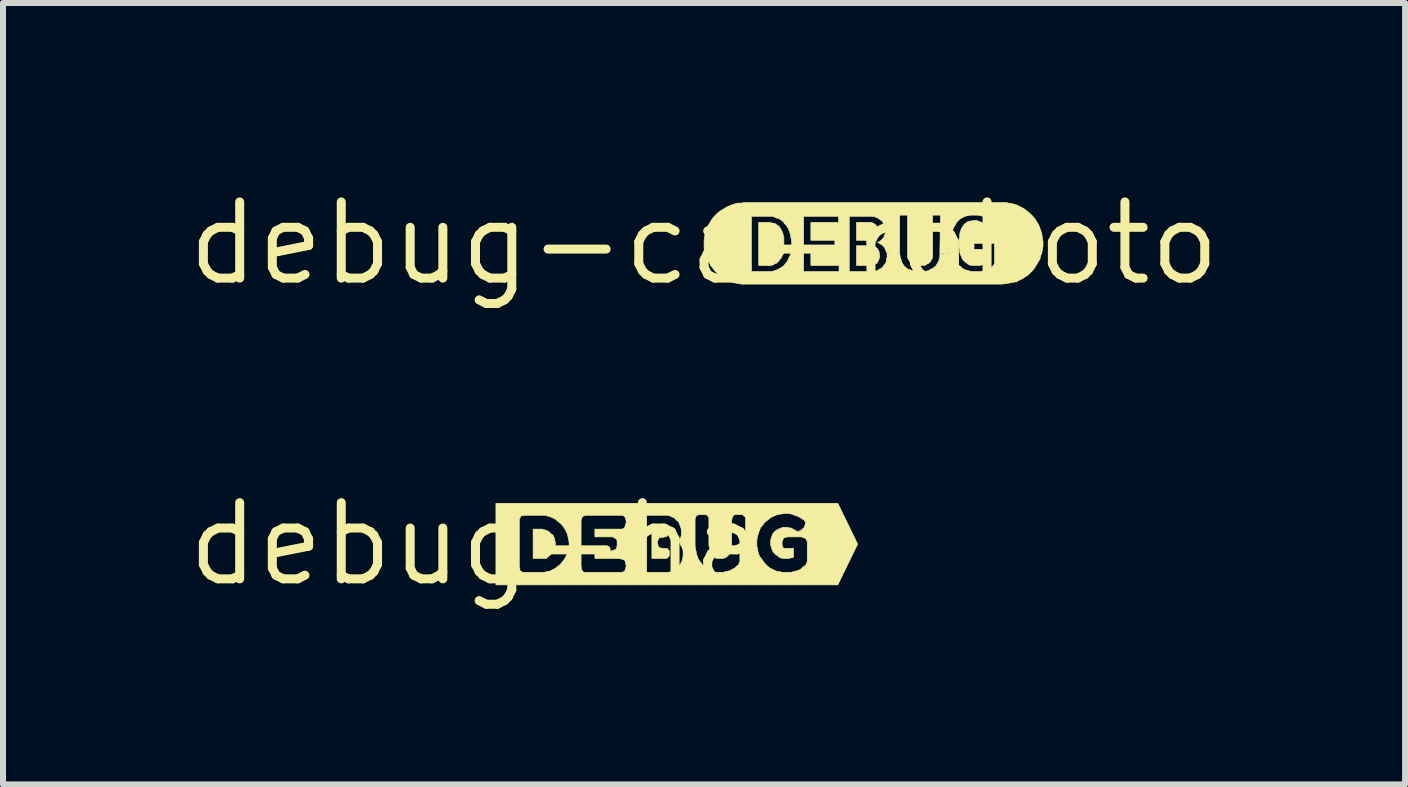
<source format=kicad_pcb>
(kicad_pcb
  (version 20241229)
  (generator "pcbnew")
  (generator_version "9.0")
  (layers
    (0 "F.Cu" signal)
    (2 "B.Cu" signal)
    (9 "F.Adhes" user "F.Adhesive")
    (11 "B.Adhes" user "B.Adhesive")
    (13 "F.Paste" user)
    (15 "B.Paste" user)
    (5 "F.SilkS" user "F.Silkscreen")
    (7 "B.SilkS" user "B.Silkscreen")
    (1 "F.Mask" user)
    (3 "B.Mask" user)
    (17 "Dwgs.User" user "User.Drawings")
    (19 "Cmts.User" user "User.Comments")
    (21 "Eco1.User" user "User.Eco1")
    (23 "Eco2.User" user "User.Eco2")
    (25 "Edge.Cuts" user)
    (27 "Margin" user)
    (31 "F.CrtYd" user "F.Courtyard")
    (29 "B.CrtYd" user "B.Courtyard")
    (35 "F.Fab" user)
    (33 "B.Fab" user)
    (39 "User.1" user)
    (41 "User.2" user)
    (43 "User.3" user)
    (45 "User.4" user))
  (footprint "debug-ca-roboto"
    (layer "F.Cu")
    (at 8.686 1.006)
    (property "Reference" "debug-ca-roboto" (at 0 0 0) (layer "F.SilkS") (effects (font (size 1.27 1.27) (thickness 0.15))))
    (attr board_only exclude_from_pos_files exclude_from_bom)
    (fp_poly (pts (xy 2.54 -0.05) (xy 2.73 -0.05) (xy 2.75 -0.06) (xy 2.78 -0.06) (xy 2.8 -0.07) (xy 2.82 -0.08) (xy 2.84 -0.09) (xy 2.86 -0.11) (xy 2.88 -0.13) (xy 2.89 -0.15) (xy 2.9 -0.18) (xy 2.9 -0.21) (xy 2.9 -0.24) (xy 2.89 -0.27) (xy 2.87 -0.29) (xy 2.86 -0.31) (xy 2.83 -0.33) (xy 2.81 -0.34) (xy 2.78 -0.35) (xy 2.73 -0.35) (xy 2.54 -0.35) (xy 2.54 -0.05)) (stroke (width 0.01) (type solid)) (fill yes) (layer "F.SilkS"))
    (fp_poly (pts (xy 2.54 0.04) (xy 2.54 0.37) (xy 2.75 0.37) (xy 2.79 0.37) (xy 2.82 0.36) (xy 2.85 0.35) (xy 2.88 0.33) (xy 2.9 0.3) (xy 2.91 0.28) (xy 2.92 0.25) (xy 2.93 0.22) (xy 2.92 0.18) (xy 2.92 0.15) (xy 2.91 0.12) (xy 2.89 0.09) (xy 2.87 0.07) (xy 2.85 0.06) (xy 2.83 0.05) (xy 2.8 0.05) (xy 2.78 0.04) (xy 2.75 0.04) (xy 2.54 0.04)) (stroke (width 0.01) (type solid)) (fill yes) (layer "F.SilkS"))
    (fp_poly (pts (xy 0.91 -0.35) (xy 0.91 0.37) (xy 1.07 0.37) (xy 1.11 0.37) (xy 1.15 0.36) (xy 1.18 0.34) (xy 1.21 0.33) (xy 1.23 0.31) (xy 1.25 0.29) (xy 1.27 0.26) (xy 1.29 0.24) (xy 1.3 0.21) (xy 1.32 0.18) (xy 1.33 0.14) (xy 1.33 0.09) (xy 1.33 0.05) (xy 1.33 -0.02) (xy 1.33 -0.06) (xy 1.33 -0.1) (xy 1.32 -0.14) (xy 1.31 -0.17) (xy 1.3 -0.2) (xy 1.29 -0.22) (xy 1.27 -0.25) (xy 1.26 -0.27) (xy 1.24 -0.29) (xy 1.22 -0.3) (xy 1.2 -0.32) (xy 1.18 -0.33) (xy 1.13 -0.34) (xy 1.08 -0.35) (xy 1.05 -0.35) (xy 0.91 -0.35)) (stroke (width 0.01) (type solid)) (fill yes) (layer "F.SilkS"))
    (fp_poly (pts (xy 0.68 -0.68) (xy 0.61 -0.67) (xy 0.55 -0.67) (xy 0.49 -0.65) (xy 0.43 -0.63) (xy 0.37 -0.6) (xy 0.32 -0.57) (xy 0.27 -0.54) (xy 0.22 -0.5) (xy 0.17 -0.45) (xy 0.13 -0.4) (xy 0.1 -0.35) (xy 0.07 -0.3) (xy 0.04 -0.24) (xy 0.02 -0.18) (xy 0.01 -0.12) (xy 0 -0.05) (xy 0 0.01) (xy 0 0.07) (xy 0.01 0.14) (xy 0.03 0.2) (xy 0.05 0.26) (xy 0.08 0.31) (xy 0.11 0.37) (xy 0.15 0.42) (xy 0.19 0.47) (xy 0.23 0.51) (xy 0.28 0.55) (xy 0.34 0.58) (xy 0.39 0.61) (xy 0.45 0.64) (xy 0.51 0.66) (xy 0.57 0.67) (xy 0.62 0.68) (xy 0.68 0.68) (xy 0.79 0.47) (xy 0.79 -0.45) (xy 1.05 -0.45) (xy 1.1 -0.45) (xy 1.14 -0.45) (xy 1.17 -0.44) (xy 1.21 -0.42) (xy 1.25 -0.41) (xy 1.28 -0.39) (xy 1.32 -0.36) (xy 1.34 -0.33) (xy 1.37 -0.3) (xy 1.39 -0.27) (xy 1.41 -0.23) (xy 1.43 -0.18) (xy 1.44 -0.14) (xy 1.45 -0.08) (xy 1.46 -0.03) (xy 1.46 0.05) (xy 1.45 0.09) (xy 1.45 0.14) (xy 1.44 0.19) (xy 1.42 0.23) (xy 1.4 0.27) (xy 1.39 0.3) (xy 1.66 0.47) (xy 1.66 -0.45) (xy 2.24 -0.45) (xy 2.24 -0.35) (xy 1.78 -0.35) (xy 1.78 -0.05) (xy 2.18 -0.05) (xy 2.18 0.05) (xy 1.78 0.05) (xy 1.78 0.37) (xy 2.25 0.37) (xy 2.25 0.47) (xy 2.42 0.47) (xy 2.42 -0.45) (xy 2.72 -0.45) (xy 2.77 -0.45) (xy 2.81 -0.45) (xy 2.85 -0.44) (xy 2.88 -0.43) (xy 2.91 -0.41) (xy 2.93 -0.4) (xy 2.95 -0.38) (xy 2.97 -0.37) (xy 2.98 -0.35) (xy 3 -0.33) (xy 3.01 -0.3) (xy 3.01 -0.28) (xy 3.02 -0.25) (xy 3.02 -0.21) (xy 3.02 -0.18) (xy 3.01 -0.14) (xy 3 -0.11) (xy 2.98 -0.08) (xy 2.95 -0.05) (xy 2.92 -0.03) (xy 2.89 -0.01) (xy 2.91 -0.01) (xy 2.93 0.01) (xy 2.96 0.02) (xy 2.97 0.03) (xy 2.99 0.05) (xy 3.01 0.07) (xy 3.02 0.1) (xy 3.03 0.12) (xy 3.04 0.15) (xy 3.05 0.17) (xy 3.26 0.16) (xy 3.26 -0.47) (xy 3.39 -0.47) (xy 3.39 0.17) (xy 3.39 0.22) (xy 3.4 0.26) (xy 3.42 0.29) (xy 3.43 0.31) (xy 3.45 0.33) (xy 3.47 0.34) (xy 3.5 0.36) (xy 3.53 0.37) (xy 3.56 0.37) (xy 3.6 0.37) (xy 3.63 0.37) (xy 3.67 0.37) (xy 3.7 0.36) (xy 3.72 0.34) (xy 3.75 0.33) (xy 3.77 0.31) (xy 3.78 0.29) (xy 3.8 0.26) (xy 3.81 0.22) (xy 3.81 0.17) (xy 3.81 -0.47) (xy 3.94 -0.47) (xy 3.93 0.18) (xy 4.14 0.15) (xy 4.13 0.1) (xy 4.12 0.04) (xy 4.13 -0.05) (xy 4.13 -0.09) (xy 4.13 -0.14) (xy 4.14 -0.19) (xy 4.15 -0.24) (xy 4.17 -0.28) (xy 4.19 -0.31) (xy 4.21 -0.35) (xy 4.24 -0.38) (xy 4.27 -0.41) (xy 4.31 -0.43) (xy 4.35 -0.45) (xy 4.39 -0.46) (xy 4.44 -0.47) (xy 4.5 -0.47) (xy 4.56 -0.47) (xy 4.61 -0.46) (xy 4.65 -0.45) (xy 4.69 -0.43) (xy 4.73 -0.41) (xy 4.76 -0.38) (xy 4.78 -0.35) (xy 4.8 -0.32) (xy 4.82 -0.28) (xy 4.83 -0.24) (xy 4.84 -0.19) (xy 4.72 -0.19) (xy 4.71 -0.22) (xy 4.7 -0.26) (xy 4.69 -0.28) (xy 4.67 -0.31) (xy 4.65 -0.33) (xy 4.63 -0.35) (xy 4.6 -0.36) (xy 4.58 -0.37) (xy 4.54 -0.38) (xy 4.51 -0.38) (xy 4.48 -0.38) (xy 4.45 -0.37) (xy 4.42 -0.37) (xy 4.39 -0.36) (xy 4.37 -0.34) (xy 4.35 -0.33) (xy 4.33 -0.31) (xy 4.31 -0.28) (xy 4.29 -0.25) (xy 4.28 -0.22) (xy 4.27 -0.19) (xy 4.26 -0.15) (xy 4.26 -0.11) (xy 4.25 -0.07) (xy 4.25 0.06) (xy 4.26 0.1) (xy 4.26 0.14) (xy 4.27 0.18) (xy 4.29 0.22) (xy 4.3 0.25) (xy 4.32 0.28) (xy 4.35 0.31) (xy 4.39 0.34) (xy 4.42 0.36) (xy 4.46 0.37) (xy 4.51 0.37) (xy 4.58 0.37) (xy 4.64 0.36) (xy 4.66 0.35) (xy 4.67 0.34) (xy 4.7 0.33) (xy 4.72 0.3) (xy 4.72 0.1) (xy 4.5 0.1) (xy 4.5 0) (xy 4.84 0) (xy 4.84 0.34) (xy 4.82 0.37) (xy 4.79 0.4) (xy 4.75 0.42) (xy 4.71 0.44) (xy 4.67 0.45) (xy 4.62 0.47) (xy 4.57 0.47) (xy 4.51 0.47) (xy 4.47 0.47) (xy 4.42 0.46) (xy 4.39 0.45) (xy 4.35 0.44) (xy 4.31 0.42) (xy 4.28 0.39) (xy 4.25 0.37) (xy 4.22 0.34) (xy 4.19 0.3) (xy 4.17 0.25) (xy 4.15 0.2) (xy 4.14 0.15) (xy 3.93 0.19) (xy 3.93 0.22) (xy 3.92 0.26) (xy 3.91 0.3) (xy 3.89 0.33) (xy 3.88 0.35) (xy 3.86 0.38) (xy 3.83 0.4) (xy 3.81 0.42) (xy 3.78 0.43) (xy 3.75 0.45) (xy 3.72 0.46) (xy 3.68 0.47) (xy 3.63 0.47) (xy 3.57 0.47) (xy 3.53 0.47) (xy 3.49 0.46) (xy 3.46 0.45) (xy 3.43 0.44) (xy 3.4 0.43) (xy 3.37 0.41) (xy 3.35 0.39) (xy 3.33 0.37) (xy 3.31 0.34) (xy 3.3 0.32) (xy 3.29 0.29) (xy 3.28 0.26) (xy 3.27 0.23) (xy 3.26 0.17) (xy 3.05 0.18) (xy 3.05 0.2) (xy 3.05 0.24) (xy 3.04 0.26) (xy 3.04 0.29) (xy 3.03 0.32) (xy 3.02 0.34) (xy 3 0.36) (xy 2.99 0.38) (xy 2.97 0.4) (xy 2.95 0.42) (xy 2.92 0.43) (xy 2.9 0.45) (xy 2.87 0.46) (xy 2.84 0.46) (xy 2.8 0.47) (xy 2.75 0.47) (xy 2.42 0.47) (xy 2.25 0.47) (xy 1.66 0.47) (xy 1.39 0.3) (xy 1.36 0.33) (xy 1.34 0.36) (xy 1.32 0.38) (xy 1.29 0.4) (xy 1.26 0.42) (xy 1.22 0.44) (xy 1.19 0.45) (xy 1.13 0.47) (xy 1.07 0.47) (xy 0.79 0.47) (xy 0.68 0.68) (xy 4.97 0.68) (xy 5.05 0.67) (xy 5.1 0.66) (xy 5.15 0.65) (xy 5.21 0.64) (xy 5.26 0.61) (xy 5.31 0.59) (xy 5.35 0.56) (xy 5.4 0.53) (xy 5.44 0.49) (xy 5.48 0.45) (xy 5.51 0.41) (xy 5.54 0.36) (xy 5.57 0.31) (xy 5.6 0.26) (xy 5.61 0.21) (xy 5.63 0.16) (xy 5.64 0.11) (xy 5.65 0.04) (xy 5.65 -0.03) (xy 5.64 -0.09) (xy 5.63 -0.16) (xy 5.61 -0.22) (xy 5.59 -0.28) (xy 5.56 -0.34) (xy 5.52 -0.4) (xy 5.48 -0.45) (xy 5.43 -0.5) (xy 5.38 -0.54) (xy 5.33 -0.58) (xy 5.27 -0.61) (xy 5.21 -0.64) (xy 5.14 -0.66) (xy 5.08 -0.67) (xy 5.03 -0.68) (xy 4.97 -0.68) (xy 0.68 -0.68)) (stroke (width 0.01) (type solid)) (fill yes) (layer "F.SilkS")))
  (footprint "debug-ha"
    (layer "F.Cu")
    (at 4.876 6.019)
    (property "Reference" "debug-ha" (at 0 0 0) (layer "F.SilkS") (effects (font (size 1.27 1.27) (thickness 0.15))))
    (attr board_only exclude_from_pos_files exclude_from_bom)
    (fp_poly (pts (xy 1.18 0.24) (xy 1.26 0.17) (xy 1.27 0.15) (xy 1.3 0.12) (xy 1.31 0.08) (xy 1.32 0.06) (xy 1.32 0.04) (xy 1.33 0.01) (xy 1.33 -0.01) (xy 1.33 -0.04) (xy 1.32 -0.06) (xy 1.32 -0.08) (xy 1.31 -0.11) (xy 1.3 -0.13) (xy 1.29 -0.15) (xy 1.25 -0.18) (xy 1.22 -0.21) (xy 1.2 -0.22) (xy 1.18 -0.23) (xy 1.14 -0.24) (xy 1.11 -0.25) (xy 0.96 -0.25) (xy 0.96 0.24) (xy 1.18 0.24)) (stroke (width 0.01) (type solid)) (fill yes) (layer "F.SilkS"))
    (fp_poly (pts (xy 3.23 0.16) (xy 3.23 0.13) (xy 3.23 0.11) (xy 3.22 0.1) (xy 3.21 0.09) (xy 3.2 0.08) (xy 3.18 0.07) (xy 3.15 0.07) (xy 3.1 0.07) (xy 3.08 0.06) (xy 3.07 0.06) (xy 3.05 0.05) (xy 3.05 0.04) (xy 3.04 0.02) (xy 3.04 0) (xy 3.03 -0.03) (xy 3.04 -0.06) (xy 3.05 -0.08) (xy 3.06 -0.1) (xy 3.07 -0.11) (xy 3.09 -0.11) (xy 3.12 -0.11) (xy 3.15 -0.12) (xy 3.17 -0.12) (xy 3.19 -0.13) (xy 3.2 -0.14) (xy 3.2 -0.2) (xy 3.2 -0.21) (xy 3.19 -0.23) (xy 3.19 -0.24) (xy 3.17 -0.24) (xy 3.16 -0.25) (xy 3.14 -0.25) (xy 2.94 -0.25) (xy 2.94 0.24) (xy 3.15 0.24) (xy 3.18 0.24) (xy 3.2 0.23) (xy 3.21 0.22) (xy 3.22 0.21) (xy 3.23 0.19) (xy 3.23 0.16)) (stroke (width 0.01) (type solid)) (fill yes) (layer "F.SilkS"))
    (fp_poly (pts (xy 0.68 -0.68) (xy 0.34 -0.68) (xy 0.34 0.68) (xy 6.04 0.68) (xy 6.37 0) (xy 6.04 -0.68) (xy 0.68 -0.68) (xy 0.76 -0.47) (xy 0.78 -0.47) (xy 0.8 -0.48) (xy 0.85 -0.48) (xy 1.09 -0.48) (xy 1.12 -0.48) (xy 1.16 -0.48) (xy 1.19 -0.47) (xy 1.23 -0.46) (xy 1.26 -0.45) (xy 1.3 -0.43) (xy 1.34 -0.41) (xy 1.37 -0.38) (xy 1.41 -0.35) (xy 1.44 -0.32) (xy 1.47 -0.28) (xy 1.49 -0.25) (xy 1.51 -0.21) (xy 1.76 -0.37) (xy 1.76 -0.39) (xy 1.77 -0.42) (xy 1.77 -0.43) (xy 1.78 -0.45) (xy 1.79 -0.46) (xy 1.81 -0.47) (xy 1.84 -0.48) (xy 1.87 -0.48) (xy 2.4 -0.48) (xy 2.44 -0.48) (xy 2.47 -0.47) (xy 2.48 -0.46) (xy 2.49 -0.45) (xy 2.5 -0.43) (xy 2.51 -0.39) (xy 2.51 -0.35) (xy 2.5 -0.32) (xy 2.49 -0.29) (xy 2.48 -0.27) (xy 2.47 -0.26) (xy 2.44 -0.25) (xy 2.4 -0.25) (xy 1.99 -0.25) (xy 1.99 -0.12) (xy 2.29 -0.12) (xy 2.3 -0.11) (xy 2.34 -0.09) (xy 2.35 -0.08) (xy 2.36 -0.06) (xy 2.36 -0.04) (xy 2.36 0) (xy 2.36 0.02) (xy 2.36 0.04) (xy 2.35 0.06) (xy 2.35 0.07) (xy 2.34 0.09) (xy 2.33 0.09) (xy 2.29 0.11) (xy 2.27 0.11) (xy 2.25 0.12) (xy 1.99 0.12) (xy 1.99 0.24) (xy 2.4 0.24) (xy 2.43 0.25) (xy 2.47 0.26) (xy 2.48 0.27) (xy 2.49 0.28) (xy 2.5 0.3) (xy 2.5 0.32) (xy 2.51 0.35) (xy 2.71 0.37) (xy 2.71 -0.41) (xy 2.71 -0.42) (xy 2.72 -0.44) (xy 2.73 -0.45) (xy 2.74 -0.46) (xy 2.75 -0.47) (xy 2.76 -0.48) (xy 2.81 -0.48) (xy 3.17 -0.48) (xy 3.21 -0.48) (xy 3.24 -0.47) (xy 3.28 -0.45) (xy 3.31 -0.44) (xy 3.33 -0.42) (xy 3.35 -0.4) (xy 3.39 -0.36) (xy 3.4 -0.33) (xy 3.41 -0.31) (xy 3.42 -0.28) (xy 3.43 -0.25) (xy 3.43 -0.23) (xy 3.43 -0.2) (xy 3.43 -0.17) (xy 3.43 -0.14) (xy 3.42 -0.11) (xy 3.41 -0.08) (xy 3.4 -0.06) (xy 3.39 -0.03) (xy 3.41 -0.01) (xy 3.42 0.02) (xy 3.44 0.05) (xy 3.45 0.08) (xy 3.46 0.11) (xy 3.67 0.1) (xy 3.66 0.03) (xy 3.66 -0.42) (xy 3.67 -0.44) (xy 3.67 -0.45) (xy 3.68 -0.47) (xy 3.7 -0.48) (xy 3.72 -0.49) (xy 3.76 -0.49) (xy 3.81 -0.49) (xy 3.84 -0.49) (xy 3.86 -0.48) (xy 3.88 -0.46) (xy 3.89 -0.43) (xy 3.89 -0.39) (xy 3.89 0.02) (xy 3.9 0.06) (xy 3.91 0.1) (xy 3.92 0.13) (xy 3.94 0.18) (xy 3.96 0.2) (xy 3.97 0.21) (xy 3.99 0.23) (xy 4.03 0.24) (xy 4.06 0.24) (xy 4.1 0.24) (xy 4.13 0.24) (xy 4.15 0.23) (xy 4.18 0.22) (xy 4.2 0.2) (xy 4.22 0.18) (xy 4.24 0.16) (xy 4.25 0.13) (xy 4.26 0.09) (xy 4.27 0.06) (xy 4.27 0.02) (xy 4.27 -0.4) (xy 4.28 -0.43) (xy 4.28 -0.44) (xy 4.3 -0.48) (xy 4.33 -0.49) (xy 4.36 -0.49) (xy 4.4 -0.49) (xy 4.43 -0.49) (xy 4.45 -0.49) (xy 4.47 -0.47) (xy 4.49 -0.46) (xy 4.5 -0.45) (xy 4.5 -0.42) (xy 4.5 -0.39) (xy 4.5 0.04) (xy 4.69 0.03) (xy 4.69 -0.02) (xy 4.69 -0.07) (xy 4.7 -0.12) (xy 4.71 -0.16) (xy 4.73 -0.22) (xy 4.75 -0.27) (xy 4.79 -0.32) (xy 4.82 -0.36) (xy 4.87 -0.4) (xy 4.92 -0.44) (xy 4.98 -0.47) (xy 5.03 -0.49) (xy 5.09 -0.5) (xy 5.15 -0.51) (xy 5.21 -0.51) (xy 5.27 -0.5) (xy 5.32 -0.48) (xy 5.38 -0.46) (xy 5.43 -0.43) (xy 5.46 -0.41) (xy 5.48 -0.4) (xy 5.49 -0.38) (xy 5.5 -0.36) (xy 5.5 -0.34) (xy 5.49 -0.31) (xy 5.48 -0.28) (xy 5.46 -0.26) (xy 5.43 -0.23) (xy 5.4 -0.22) (xy 5.39 -0.21) (xy 5.38 -0.21) (xy 5.36 -0.21) (xy 5.33 -0.23) (xy 5.27 -0.26) (xy 5.25 -0.27) (xy 5.23 -0.27) (xy 5.18 -0.28) (xy 5.13 -0.28) (xy 5.1 -0.27) (xy 5.08 -0.26) (xy 5.05 -0.25) (xy 5.03 -0.24) (xy 5 -0.22) (xy 4.98 -0.2) (xy 4.96 -0.18) (xy 4.95 -0.16) (xy 4.94 -0.13) (xy 4.93 -0.1) (xy 4.92 -0.07) (xy 4.92 -0.04) (xy 4.92 -0.01) (xy 4.92 0.02) (xy 4.93 0.05) (xy 4.94 0.08) (xy 4.95 0.11) (xy 4.97 0.14) (xy 4.99 0.16) (xy 5.01 0.18) (xy 5.04 0.2) (xy 5.06 0.22) (xy 5.09 0.23) (xy 5.12 0.24) (xy 5.16 0.24) (xy 5.21 0.24) (xy 5.26 0.23) (xy 5.3 0.22) (xy 5.3 0.07) (xy 5.19 0.07) (xy 5.16 0.07) (xy 5.14 0.07) (xy 5.13 0.06) (xy 5.12 0.05) (xy 5.12 0.04) (xy 5.11 0.01) (xy 5.11 -0.04) (xy 5.12 -0.06) (xy 5.13 -0.09) (xy 5.14 -0.1) (xy 5.15 -0.11) (xy 5.17 -0.11) (xy 5.2 -0.12) (xy 5.43 -0.12) (xy 5.46 -0.11) (xy 5.48 -0.1) (xy 5.5 -0.1) (xy 5.51 -0.08) (xy 5.52 -0.07) (xy 5.52 -0.06) (xy 5.53 -0.04) (xy 5.53 -0.02) (xy 5.53 0.29) (xy 5.52 0.31) (xy 5.52 0.33) (xy 5.5 0.35) (xy 5.48 0.37) (xy 5.45 0.39) (xy 5.43 0.41) (xy 5.4 0.43) (xy 5.37 0.44) (xy 5.34 0.45) (xy 5.3 0.46) (xy 5.26 0.47) (xy 5.22 0.47) (xy 5.18 0.47) (xy 5.14 0.47) (xy 5.11 0.47) (xy 5.07 0.46) (xy 5.04 0.46) (xy 4.99 0.44) (xy 4.95 0.42) (xy 4.91 0.4) (xy 4.87 0.37) (xy 4.83 0.33) (xy 4.8 0.29) (xy 4.77 0.25) (xy 4.74 0.21) (xy 4.72 0.17) (xy 4.71 0.13) (xy 4.7 0.08) (xy 4.69 0.03) (xy 4.5 0.04) (xy 4.5 0.08) (xy 4.49 0.12) (xy 4.48 0.16) (xy 4.47 0.2) (xy 4.45 0.24) (xy 4.43 0.28) (xy 4.4 0.31) (xy 4.38 0.35) (xy 4.35 0.37) (xy 4.32 0.4) (xy 4.28 0.42) (xy 4.25 0.44) (xy 4.21 0.45) (xy 4.17 0.46) (xy 4.13 0.47) (xy 4.09 0.47) (xy 4.05 0.47) (xy 4.01 0.47) (xy 3.97 0.46) (xy 3.93 0.45) (xy 3.89 0.43) (xy 3.85 0.4) (xy 3.81 0.37) (xy 3.78 0.34) (xy 3.75 0.3) (xy 3.72 0.26) (xy 3.7 0.21) (xy 3.68 0.16) (xy 3.68 0.13) (xy 3.67 0.1) (xy 3.46 0.11) (xy 3.46 0.14) (xy 3.46 0.18) (xy 3.46 0.21) (xy 3.45 0.24) (xy 3.45 0.27) (xy 3.43 0.3) (xy 3.42 0.33) (xy 3.4 0.35) (xy 3.38 0.38) (xy 3.36 0.4) (xy 3.33 0.42) (xy 3.3 0.44) (xy 3.26 0.46) (xy 3.22 0.47) (xy 3.17 0.47) (xy 2.8 0.47) (xy 2.77 0.47) (xy 2.75 0.46) (xy 2.74 0.45) (xy 2.72 0.44) (xy 2.72 0.43) (xy 2.71 0.42) (xy 2.71 0.37) (xy 2.51 0.35) (xy 2.51 0.38) (xy 2.5 0.41) (xy 2.5 0.43) (xy 2.48 0.45) (xy 2.48 0.46) (xy 2.47 0.46) (xy 2.44 0.47) (xy 2.4 0.47) (xy 1.86 0.47) (xy 1.83 0.47) (xy 1.81 0.47) (xy 1.79 0.46) (xy 1.78 0.44) (xy 1.77 0.43) (xy 1.77 0.42) (xy 1.76 0.37) (xy 1.76 -0.37) (xy 1.51 -0.21) (xy 1.53 -0.17) (xy 1.54 -0.13) (xy 1.55 -0.08) (xy 1.56 -0.03) (xy 1.56 0.02) (xy 1.55 0.07) (xy 1.54 0.11) (xy 1.53 0.16) (xy 1.51 0.2) (xy 1.49 0.24) (xy 1.46 0.28) (xy 1.43 0.32) (xy 1.4 0.35) (xy 1.36 0.38) (xy 1.32 0.41) (xy 1.28 0.43) (xy 1.24 0.45) (xy 1.19 0.46) (xy 1.14 0.47) (xy 1.09 0.47) (xy 0.84 0.47) (xy 0.82 0.47) (xy 0.79 0.47) (xy 0.77 0.46) (xy 0.75 0.45) (xy 0.74 0.44) (xy 0.74 0.41) (xy 0.73 0.37) (xy 0.73 -0.42) (xy 0.74 -0.43) (xy 0.75 -0.45) (xy 0.75 -0.46) (xy 0.76 -0.47) (xy 0.68 -0.68)) (stroke (width 0.01) (type solid)) (fill yes) (layer "F.SilkS")))
  (gr_rect
    (start -3 -3)
    (end 20.371 10.025)
    (stroke (width 0.1) (type default))
    (fill no)
    (layer "Edge.Cuts")))
</source>
